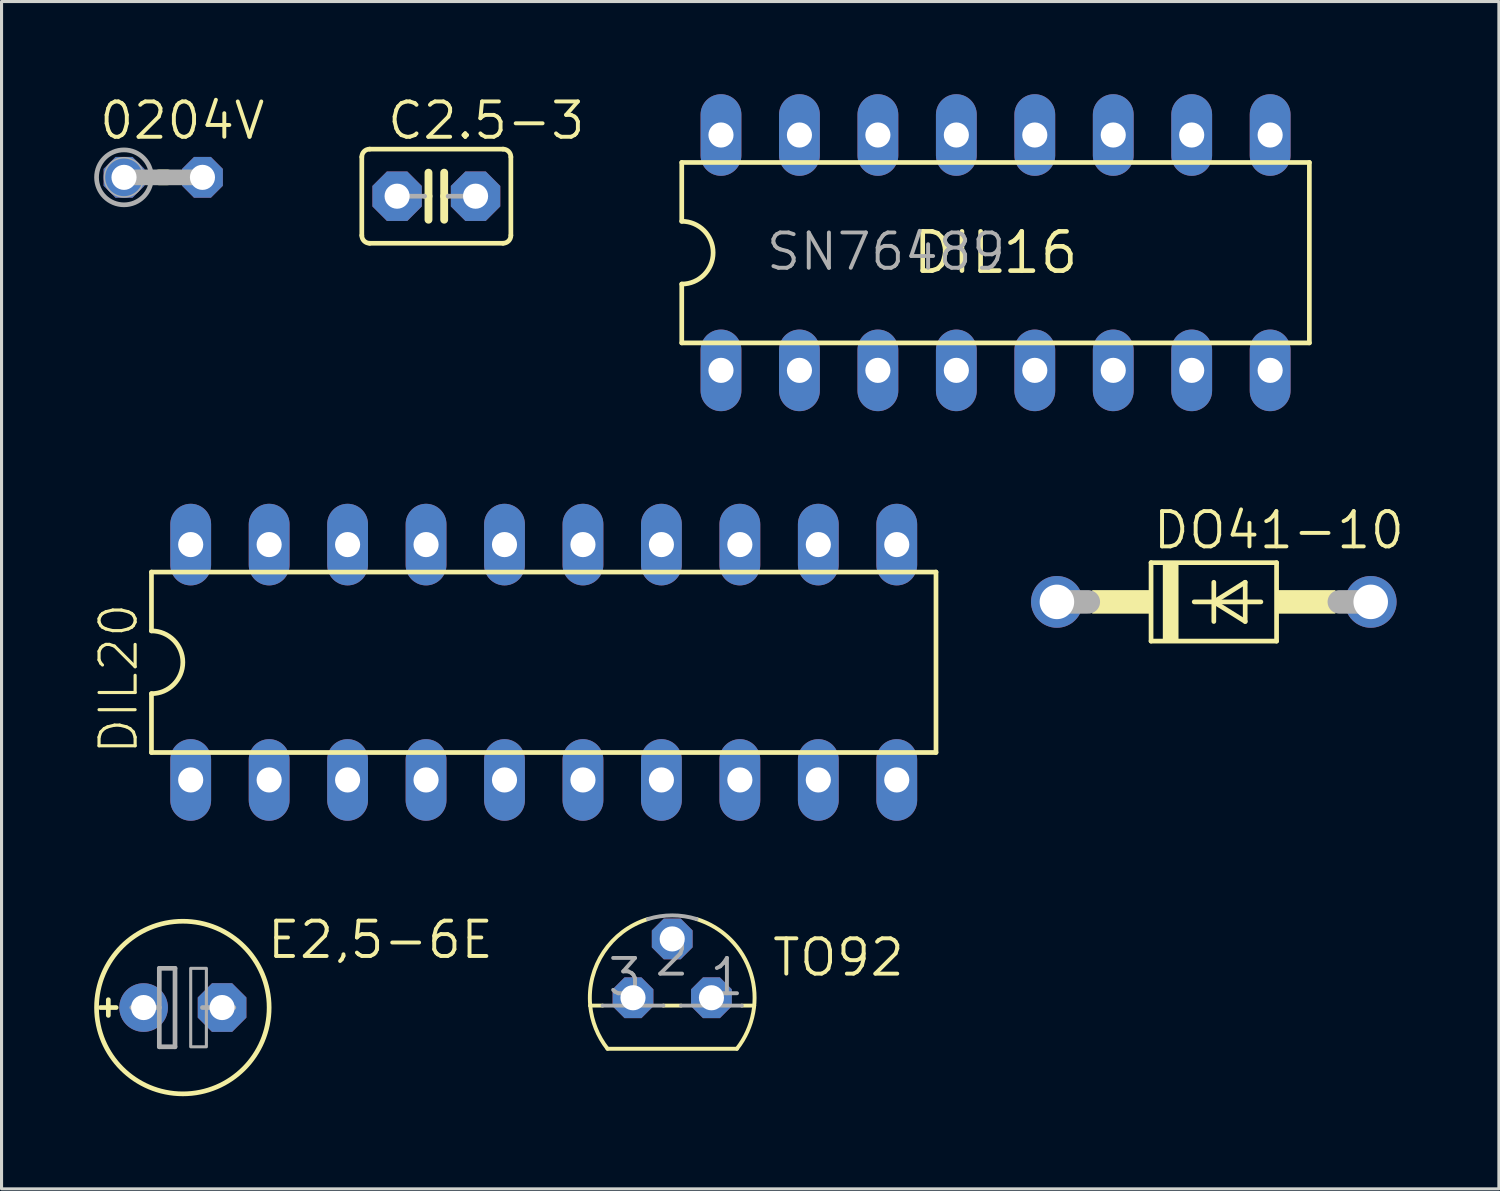
<source format=kicad_pcb>
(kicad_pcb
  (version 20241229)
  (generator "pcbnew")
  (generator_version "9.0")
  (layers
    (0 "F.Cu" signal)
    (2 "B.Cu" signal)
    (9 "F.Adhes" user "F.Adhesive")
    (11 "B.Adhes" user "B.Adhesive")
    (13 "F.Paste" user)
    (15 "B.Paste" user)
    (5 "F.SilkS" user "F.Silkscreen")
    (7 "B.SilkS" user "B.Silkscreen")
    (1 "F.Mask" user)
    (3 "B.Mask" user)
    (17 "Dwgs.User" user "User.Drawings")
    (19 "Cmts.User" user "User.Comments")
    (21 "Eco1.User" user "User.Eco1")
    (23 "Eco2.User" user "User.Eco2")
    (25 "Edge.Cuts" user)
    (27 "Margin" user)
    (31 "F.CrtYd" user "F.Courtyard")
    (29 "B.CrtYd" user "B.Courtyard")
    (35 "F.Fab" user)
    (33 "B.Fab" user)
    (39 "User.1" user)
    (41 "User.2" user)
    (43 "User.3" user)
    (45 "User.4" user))
  (footprint "E2,5-6E"
    (layer "F.Cu")
    (at 2.87 29.571)
    (property "Reference" "E2,5-6E" (at 2.667 -1.524 0) (unlocked yes) (layer "F.SilkS") (effects (font (size 1.143 1.143) (thickness 0.127)) (justify left bottom)))
    (fp_line (start -2.413 0.254) (end -2.413 -0.254) (stroke (width 0.152) (type solid)) (layer "F.SilkS"))
    (fp_line (start -2.159 0) (end -2.667 0) (stroke (width 0.152) (type solid)) (layer "F.SilkS"))
    (fp_circle (center 0 0) (end 2.794 0) (stroke (width 0.152) (type solid)) (fill no) (layer "F.SilkS"))
    (fp_line (start -1.651 0) (end -0.762 0) (stroke (width 0.152) (type solid)) (layer "F.Fab"))
    (fp_line (start -0.762 -1.27) (end -0.762 0) (stroke (width 0.152) (type solid)) (layer "F.Fab"))
    (fp_line (start -0.762 0) (end -0.762 1.27) (stroke (width 0.152) (type solid)) (layer "F.Fab"))
    (fp_line (start -0.762 1.27) (end -0.254 1.27) (stroke (width 0.152) (type solid)) (layer "F.Fab"))
    (fp_line (start -0.254 -1.27) (end -0.762 -1.27) (stroke (width 0.152) (type solid)) (layer "F.Fab"))
    (fp_line (start -0.254 1.27) (end -0.254 -1.27) (stroke (width 0.152) (type solid)) (layer "F.Fab"))
    (fp_line (start 0.635 0) (end 1.651 0) (stroke (width 0.152) (type solid)) (layer "F.Fab"))
    (fp_poly (pts (xy 0.254 1.27) (xy 0.762 1.27) (xy 0.762 -1.27) (xy 0.254 -1.27)) (stroke (width 0.1) (type default)) (fill no) (layer "F.Fab"))
    (pad "+" thru_hole circle (at -1.27 0) (size 1.575 1.575) (drill 0.813) (layers "*.Cu" "*.Mask"))
    (pad "-" thru_hole roundrect (at 1.27 0) (size 1.575 1.575) (drill 0.813) (layers "*.Cu" "*.Mask") (roundrect_rratio 0.25) (chamfer_ratio 0.293) (chamfer top_left top_right bottom_left bottom_right)))
  (footprint "DIL20"
    (layer "F.Cu")
    (at 14.554 18.392)
    (property "Reference" "DIL20" (at -13.081 3.048 90) (unlocked yes) (layer "F.SilkS") (effects (font (size 1.168 1.168) (thickness 0.102)) (justify left bottom)))
    (fp_line (start -12.7 -2.921) (end -12.7 -1.016) (stroke (width 0.152) (type solid)) (layer "F.SilkS"))
    (fp_line (start -12.7 2.921) (end -12.7 1.016) (stroke (width 0.152) (type solid)) (layer "F.SilkS"))
    (fp_line (start -12.7 2.921) (end 12.7 2.921) (stroke (width 0.152) (type solid)) (layer "F.SilkS"))
    (fp_line (start 12.7 -2.921) (end -12.7 -2.921) (stroke (width 0.152) (type solid)) (layer "F.SilkS"))
    (fp_line (start 12.7 -2.921) (end 12.7 2.921) (stroke (width 0.152) (type solid)) (layer "F.SilkS"))
    (fp_arc (start -12.7 -1.016) (mid -11.684 0) (end -12.7 1.016) (stroke (width 0.1524) (type solid)) (layer "F.SilkS"))
    (pad "1" thru_hole oval (at -11.43 3.81 90) (size 2.642 1.321) (drill 0.813) (layers "*.Cu" "*.Mask"))
    (pad "2" thru_hole oval (at -8.89 3.81 90) (size 2.642 1.321) (drill 0.813) (layers "*.Cu" "*.Mask"))
    (pad "3" thru_hole oval (at -6.35 3.81 90) (size 2.642 1.321) (drill 0.813) (layers "*.Cu" "*.Mask"))
    (pad "4" thru_hole oval (at -3.81 3.81 90) (size 2.642 1.321) (drill 0.813) (layers "*.Cu" "*.Mask"))
    (pad "5" thru_hole oval (at -1.27 3.81 90) (size 2.642 1.321) (drill 0.813) (layers "*.Cu" "*.Mask"))
    (pad "6" thru_hole oval (at 1.27 3.81 90) (size 2.642 1.321) (drill 0.813) (layers "*.Cu" "*.Mask"))
    (pad "7" thru_hole oval (at 3.81 3.81 90) (size 2.642 1.321) (drill 0.813) (layers "*.Cu" "*.Mask"))
    (pad "8" thru_hole oval (at 6.35 3.81 90) (size 2.642 1.321) (drill 0.813) (layers "*.Cu" "*.Mask"))
    (pad "9" thru_hole oval (at 8.89 3.81 90) (size 2.642 1.321) (drill 0.813) (layers "*.Cu" "*.Mask"))
    (pad "10" thru_hole oval (at 11.43 3.81 90) (size 2.642 1.321) (drill 0.813) (layers "*.Cu" "*.Mask"))
    (pad "11" thru_hole oval (at 11.43 -3.81 90) (size 2.642 1.321) (drill 0.813) (layers "*.Cu" "*.Mask"))
    (pad "12" thru_hole oval (at 8.89 -3.81 90) (size 2.642 1.321) (drill 0.813) (layers "*.Cu" "*.Mask"))
    (pad "13" thru_hole oval (at 6.35 -3.81 90) (size 2.642 1.321) (drill 0.813) (layers "*.Cu" "*.Mask"))
    (pad "14" thru_hole oval (at 3.81 -3.81 90) (size 2.642 1.321) (drill 0.813) (layers "*.Cu" "*.Mask"))
    (pad "15" thru_hole oval (at 1.27 -3.81 90) (size 2.642 1.321) (drill 0.813) (layers "*.Cu" "*.Mask"))
    (pad "16" thru_hole oval (at -1.27 -3.81 90) (size 2.642 1.321) (drill 0.813) (layers "*.Cu" "*.Mask"))
    (pad "17" thru_hole oval (at -3.81 -3.81 90) (size 2.642 1.321) (drill 0.813) (layers "*.Cu" "*.Mask"))
    (pad "18" thru_hole oval (at -6.35 -3.81 90) (size 2.642 1.321) (drill 0.813) (layers "*.Cu" "*.Mask"))
    (pad "19" thru_hole oval (at -8.89 -3.81 90) (size 2.642 1.321) (drill 0.813) (layers "*.Cu" "*.Mask"))
    (pad "20" thru_hole oval (at -11.43 -3.81 90) (size 2.642 1.321) (drill 0.813) (layers "*.Cu" "*.Mask")))
  (footprint "DO41-10"
    (layer "F.Cu")
    (at 36.249 16.437)
    (property "Reference" "DO41-10" (at -2.032 -1.651 0) (unlocked yes) (layer "F.SilkS") (effects (font (size 1.143 1.143) (thickness 0.127)) (justify left bottom)))
    (fp_line (start -2.032 -1.27) (end -2.032 1.27) (stroke (width 0.152) (type solid)) (layer "F.SilkS"))
    (fp_line (start -2.032 -1.27) (end 2.032 -1.27) (stroke (width 0.152) (type solid)) (layer "F.SilkS"))
    (fp_line (start -0.635 0) (end 0 0) (stroke (width 0.152) (type solid)) (layer "F.SilkS"))
    (fp_line (start 0 -0.635) (end 0 0) (stroke (width 0.152) (type solid)) (layer "F.SilkS"))
    (fp_line (start 0 0) (end 0 0.635) (stroke (width 0.152) (type solid)) (layer "F.SilkS"))
    (fp_line (start 0 0) (end 1.016 -0.635) (stroke (width 0.152) (type solid)) (layer "F.SilkS"))
    (fp_line (start 0 0) (end 1.524 0) (stroke (width 0.152) (type solid)) (layer "F.SilkS"))
    (fp_line (start 1.016 -0.635) (end 1.016 0.635) (stroke (width 0.152) (type solid)) (layer "F.SilkS"))
    (fp_line (start 1.016 0.635) (end 0 0) (stroke (width 0.152) (type solid)) (layer "F.SilkS"))
    (fp_line (start 2.032 1.27) (end -2.032 1.27) (stroke (width 0.152) (type solid)) (layer "F.SilkS"))
    (fp_line (start 2.032 1.27) (end 2.032 -1.27) (stroke (width 0.152) (type solid)) (layer "F.SilkS"))
    (fp_poly (pts (xy -3.937 0.381) (xy -2.032 0.381) (xy -2.032 -0.381) (xy -3.937 -0.381)) (stroke (width 0) (type default)) (fill yes) (layer "F.SilkS"))
    (fp_poly (pts (xy -1.651 1.27) (xy -1.143 1.27) (xy -1.143 -1.27) (xy -1.651 -1.27)) (stroke (width 0) (type default)) (fill yes) (layer "F.SilkS"))
    (fp_poly (pts (xy 2.032 0.381) (xy 3.937 0.381) (xy 3.937 -0.381) (xy 2.032 -0.381)) (stroke (width 0) (type default)) (fill yes) (layer "F.SilkS"))
    (fp_line (start -5.08 0) (end -4.064 0) (stroke (width 0.762) (type solid)) (layer "F.Fab"))
    (fp_line (start 5.08 0) (end 4.064 0) (stroke (width 0.762) (type solid)) (layer "F.Fab"))
    (pad "A" thru_hole circle (at 5.08 0) (size 1.676 1.676) (drill 1.118) (layers "*.Cu" "*.Mask"))
    (pad "C" thru_hole circle (at -5.08 0) (size 1.676 1.676) (drill 1.118) (layers "*.Cu" "*.Mask")))
  (footprint "TO92"
    (layer "F.Cu")
    (at 18.714 29.254)
    (property "Reference" "TO92" (at 3.175 -0.635 0) (unlocked yes) (layer "F.SilkS") (effects (font (size 1.143 1.143) (thickness 0.127)) (justify left bottom)))
    (fp_line (start -2.655 0.254) (end -2.254 0.254) (stroke (width 0.127) (type solid)) (layer "F.SilkS"))
    (fp_line (start -2.095 1.651) (end 2.095 1.651) (stroke (width 0.127) (type solid)) (layer "F.SilkS"))
    (fp_line (start -0.286 0.254) (end 0.286 0.254) (stroke (width 0.127) (type solid)) (layer "F.SilkS"))
    (fp_line (start 2.254 0.254) (end 2.655 0.254) (stroke (width 0.127) (type solid)) (layer "F.SilkS"))
    (fp_arc (start -2.6549 0.254) (mid -2.219001 -1.479566) (end -0.786299 -2.548501) (stroke (width 0.127) (type solid)) (layer "F.SilkS"))
    (fp_arc (start -2.0946 1.651) (mid -2.475347 0.992847) (end -2.654901 0.254) (stroke (width 0.127) (type solid)) (layer "F.SilkS"))
    (fp_arc (start 0.7863 -2.5484) (mid 2.546275 -0.793203) (end 2.094499 1.651) (stroke (width 0.127) (type solid)) (layer "F.SilkS"))
    (fp_line (start -2.254 0.254) (end -0.286 0.254) (stroke (width 0.127) (type solid)) (layer "F.Fab"))
    (fp_line (start 0.286 0.254) (end 2.254 0.254) (stroke (width 0.127) (type solid)) (layer "F.Fab"))
    (fp_arc (start -0.7863 -2.5485) (mid 0 -2.667043) (end 0.7863 -2.5485) (stroke (width 0.127) (type solid)) (layer "F.Fab"))
    (fp_text user "3" (at -2.159 0 0) (unlocked yes) (layer "F.Fab") (effects (font (size 1.143 1.143) (thickness 0.127)) (justify left bottom)))
    (fp_text user "2" (at -0.635 -0.635 0) (unlocked yes) (layer "F.Fab") (effects (font (size 1.143 1.143) (thickness 0.127)) (justify left bottom)))
    (fp_text user "1" (at 1.143 0 0) (unlocked yes) (layer "F.Fab") (effects (font (size 1.143 1.143) (thickness 0.127)) (justify left bottom)))
    (pad "1" thru_hole roundrect (at 1.27 0) (size 1.321 1.321) (drill 0.813) (layers "*.Cu" "*.Mask") (roundrect_rratio 0.25) (chamfer_ratio 0.293) (chamfer top_left top_right bottom_left bottom_right))
    (pad "2" thru_hole roundrect (at 0 -1.905) (size 1.321 1.321) (drill 0.813) (layers "*.Cu" "*.Mask") (roundrect_rratio 0.25) (chamfer_ratio 0.293) (chamfer top_left top_right bottom_left bottom_right))
    (pad "3" thru_hole roundrect (at -1.27 0) (size 1.321 1.321) (drill 0.813) (layers "*.Cu" "*.Mask") (roundrect_rratio 0.25) (chamfer_ratio 0.293) (chamfer top_left top_right bottom_left bottom_right)))
  (footprint "DIL16"
    (layer "F.Cu")
    (at 29.183 5.131)
    (property "Reference" "DIL16" (at 0 0 0) (layer "F.SilkS") (effects (font (size 1.27 1.27) (thickness 0.15))))
    (fp_line (start -10.16 -2.921) (end -10.16 -1.016) (stroke (width 0.152) (type solid)) (layer "F.SilkS"))
    (fp_line (start -10.16 2.921) (end -10.16 1.016) (stroke (width 0.152) (type solid)) (layer "F.SilkS"))
    (fp_line (start -10.16 2.921) (end 10.16 2.921) (stroke (width 0.152) (type solid)) (layer "F.SilkS"))
    (fp_line (start 10.16 -2.921) (end -10.16 -2.921) (stroke (width 0.152) (type solid)) (layer "F.SilkS"))
    (fp_line (start 10.16 -2.921) (end 10.16 2.921) (stroke (width 0.152) (type solid)) (layer "F.SilkS"))
    (fp_arc (start -10.16 -1.016) (mid -9.144 0) (end -10.16 1.016) (stroke (width 0.1524) (type solid)) (layer "F.SilkS"))
    (fp_text user "SN76489" (at -7.493 0.635 0) (unlocked yes) (layer "F.Fab") (effects (font (size 1.143 1.143) (thickness 0.127)) (justify left bottom)))
    (pad "CLOCK" thru_hole oval (at -3.81 -3.81 90) (size 2.642 1.321) (drill 0.813) (layers "*.Cu" "*.Mask"))
    (pad "D0" thru_hole oval (at 6.35 -3.81 90) (size 2.642 1.321) (drill 0.813) (layers "*.Cu" "*.Mask"))
    (pad "D1" thru_hole oval (at 3.81 -3.81 90) (size 2.642 1.321) (drill 0.813) (layers "*.Cu" "*.Mask"))
    (pad "D2" thru_hole oval (at 1.27 -3.81 90) (size 2.642 1.321) (drill 0.813) (layers "*.Cu" "*.Mask"))
    (pad "D3" thru_hole oval (at -1.27 -3.81 90) (size 2.642 1.321) (drill 0.813) (layers "*.Cu" "*.Mask"))
    (pad "D4" thru_hole oval (at -6.35 -3.81 90) (size 2.642 1.321) (drill 0.813) (layers "*.Cu" "*.Mask"))
    (pad "D5" thru_hole oval (at -8.89 3.81 90) (size 2.642 1.321) (drill 0.813) (layers "*.Cu" "*.Mask"))
    (pad "D6" thru_hole oval (at -6.35 3.81 90) (size 2.642 1.321) (drill 0.813) (layers "*.Cu" "*.Mask"))
    (pad "D7" thru_hole oval (at -3.81 3.81 90) (size 2.642 1.321) (drill 0.813) (layers "*.Cu" "*.Mask"))
    (pad "GND" thru_hole oval (at 8.89 3.81 90) (size 2.642 1.321) (drill 0.813) (layers "*.Cu" "*.Mask"))
    (pad "NC" thru_hole oval (at 8.89 -3.81 90) (size 2.642 1.321) (drill 0.813) (layers "*.Cu" "*.Mask"))
    (pad "OE" thru_hole oval (at 3.81 3.81 90) (size 2.642 1.321) (drill 0.813) (layers "*.Cu" "*.Mask"))
    (pad "READY" thru_hole oval (at -1.27 3.81 90) (size 2.642 1.321) (drill 0.813) (layers "*.Cu" "*.Mask"))
    (pad "SNDOUT" thru_hole oval (at 6.35 3.81 90) (size 2.642 1.321) (drill 0.813) (layers "*.Cu" "*.Mask"))
    (pad "VCC" thru_hole oval (at -8.89 -3.81 90) (size 2.642 1.321) (drill 0.813) (layers "*.Cu" "*.Mask"))
    (pad "WE" thru_hole oval (at 1.27 3.81 90) (size 2.642 1.321) (drill 0.813) (layers "*.Cu" "*.Mask")))
  (footprint "C2.5-3"
    (layer "F.Cu")
    (at 11.077 3.302)
    (property "Reference" "C2.5-3" (at -1.651 -1.778 0) (unlocked yes) (layer "F.SilkS") (effects (font (size 1.143 1.143) (thickness 0.127)) (justify left bottom)))
    (fp_line (start -2.413 -1.27) (end -2.413 1.27) (stroke (width 0.152) (type solid)) (layer "F.SilkS"))
    (fp_line (start -2.159 -1.524) (end 2.159 -1.524) (stroke (width 0.152) (type solid)) (layer "F.SilkS"))
    (fp_line (start -0.254 -0.762) (end -0.254 0) (stroke (width 0.254) (type solid)) (layer "F.SilkS"))
    (fp_line (start -0.254 0) (end -0.381 0) (stroke (width 0.152) (type solid)) (layer "F.SilkS"))
    (fp_line (start -0.254 0) (end -0.254 0.762) (stroke (width 0.254) (type solid)) (layer "F.SilkS"))
    (fp_line (start 0.254 0) (end 0.254 -0.762) (stroke (width 0.254) (type solid)) (layer "F.SilkS"))
    (fp_line (start 0.254 0) (end 0.254 0.762) (stroke (width 0.254) (type solid)) (layer "F.SilkS"))
    (fp_line (start 0.381 0) (end 0.254 0) (stroke (width 0.152) (type solid)) (layer "F.SilkS"))
    (fp_line (start 2.159 1.524) (end -2.159 1.524) (stroke (width 0.152) (type solid)) (layer "F.SilkS"))
    (fp_line (start 2.413 -1.27) (end 2.413 1.27) (stroke (width 0.152) (type solid)) (layer "F.SilkS"))
    (fp_arc (start -2.413 -1.27) (mid -2.338605 -1.449605) (end -2.159 -1.524) (stroke (width 0.1524) (type solid)) (layer "F.SilkS"))
    (fp_arc (start -2.159 1.524) (mid -2.338605 1.449605) (end -2.413 1.27) (stroke (width 0.1524) (type solid)) (layer "F.SilkS"))
    (fp_arc (start 2.159 -1.524) (mid 2.338605 -1.449605) (end 2.413 -1.27) (stroke (width 0.1524) (type solid)) (layer "F.SilkS"))
    (fp_arc (start 2.413 1.27) (mid 2.338605 1.449605) (end 2.159 1.524) (stroke (width 0.1524) (type solid)) (layer "F.SilkS"))
    (fp_line (start -0.381 0) (end -1.27 0) (stroke (width 0.152) (type solid)) (layer "F.Fab"))
    (fp_line (start 1.27 0) (end 0.381 0) (stroke (width 0.152) (type solid)) (layer "F.Fab"))
    (pad "1" thru_hole roundrect (at -1.27 0) (size 1.6 1.6) (drill 0.813) (layers "*.Cu" "*.Mask") (roundrect_rratio 0.25) (chamfer_ratio 0.293) (chamfer top_left top_right bottom_left bottom_right))
    (pad "2" thru_hole roundrect (at 1.27 0) (size 1.6 1.6) (drill 0.813) (layers "*.Cu" "*.Mask") (roundrect_rratio 0.25) (chamfer_ratio 0.293) (chamfer top_left top_right bottom_left bottom_right)))
  (footprint "0204V"
    (layer "F.Cu")
    (at 2.235 2.692)
    (property "Reference" "0204V" (at -2.134 -1.168 0) (unlocked yes) (layer "F.SilkS") (effects (font (size 1.143 1.143) (thickness 0.127)) (justify left bottom)))
    (fp_line (start -0.127 0) (end 0.127 0) (stroke (width 0.508) (type solid)) (layer "F.SilkS"))
    (fp_line (start -1.27 0) (end 1.27 0) (stroke (width 0.508) (type solid)) (layer "F.Fab"))
    (fp_circle (center -1.27 0) (end -0.635 0) (stroke (width 0.051) (type solid)) (fill no) (layer "F.Fab"))
    (fp_circle (center -1.27 0) (end -0.381 0) (stroke (width 0.152) (type solid)) (fill no) (layer "F.Fab"))
    (pad "1" thru_hole roundrect (at -1.27 0) (size 1.321 1.321) (drill 0.813) (layers "*.Cu" "*.Mask") (roundrect_rratio 0.25) (chamfer_ratio 0.293) (chamfer top_left top_right bottom_left bottom_right))
    (pad "2" thru_hole roundrect (at 1.27 0) (size 1.321 1.321) (drill 0.813) (layers "*.Cu" "*.Mask") (roundrect_rratio 0.25) (chamfer_ratio 0.293) (chamfer top_left top_right bottom_left bottom_right)))
  (gr_rect
    (start -3 -3)
    (end 45.479 35.441)
    (stroke (width 0.1) (type default))
    (fill no)
    (layer "Edge.Cuts")))
</source>
